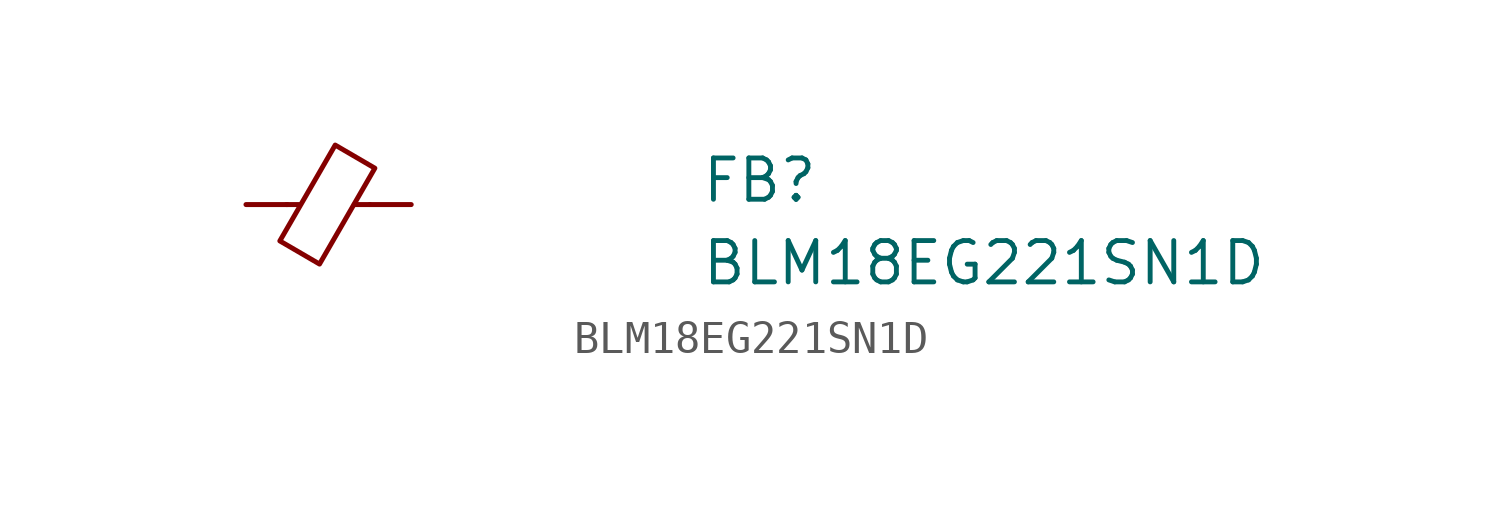
<source format=kicad_sym>
(kicad_symbol_lib
  (version 20211014)
  (generator kicad_symbol_editor)
  (symbol "BLM18EG221SN1D"
    (pin_numbers hide)
    (pin_names hide)
    (property "Reference" "FB"
      (at 13.97 0 0)
      (effects (font (size 1.27 1.27) (thickness 0.15)) (justify left bottom)))
    (property "Value" "BLM18EG221SN1D"
      (at 13.97 -2.54 0)
      (effects (font (size 1.27 1.27) (thickness 0.15)) (justify left bottom)))
    (symbol "BLM18EG221SN1D_0_1"
      (polyline (pts (xy 1.651 0) (xy 1.245 0)) (stroke (width 0) (type default) (color 0 0 0 0)) (fill (type none)))
      (polyline (pts (xy 3.81 0) (xy 3.327 0)) (stroke (width 0) (type default) (color 0 0 0 0)) (fill (type none)))
      (polyline (pts (xy 2.261 -1.829) (xy 1.041 -1.118) (xy 2.743 1.829) (xy 3.962 1.118) (xy 2.261 -1.829)) (stroke (width 0) (type default) (color 0 0 0 0)) (fill (type none))))
    (symbol "BLM18EG221SN1D_1_1"
      (pin passive line (at 0 0 0) (length 1.27) (name "~" (effects (font (size 1.27 1.27)))) (number "1" (effects (font (size 1.27 1.27)))))
      (pin passive line (at 5.08 0 180) (length 1.27) (name "~" (effects (font (size 1.27 1.27)))) (number "2" (effects (font (size 1.27 1.27))))))))
</source>
